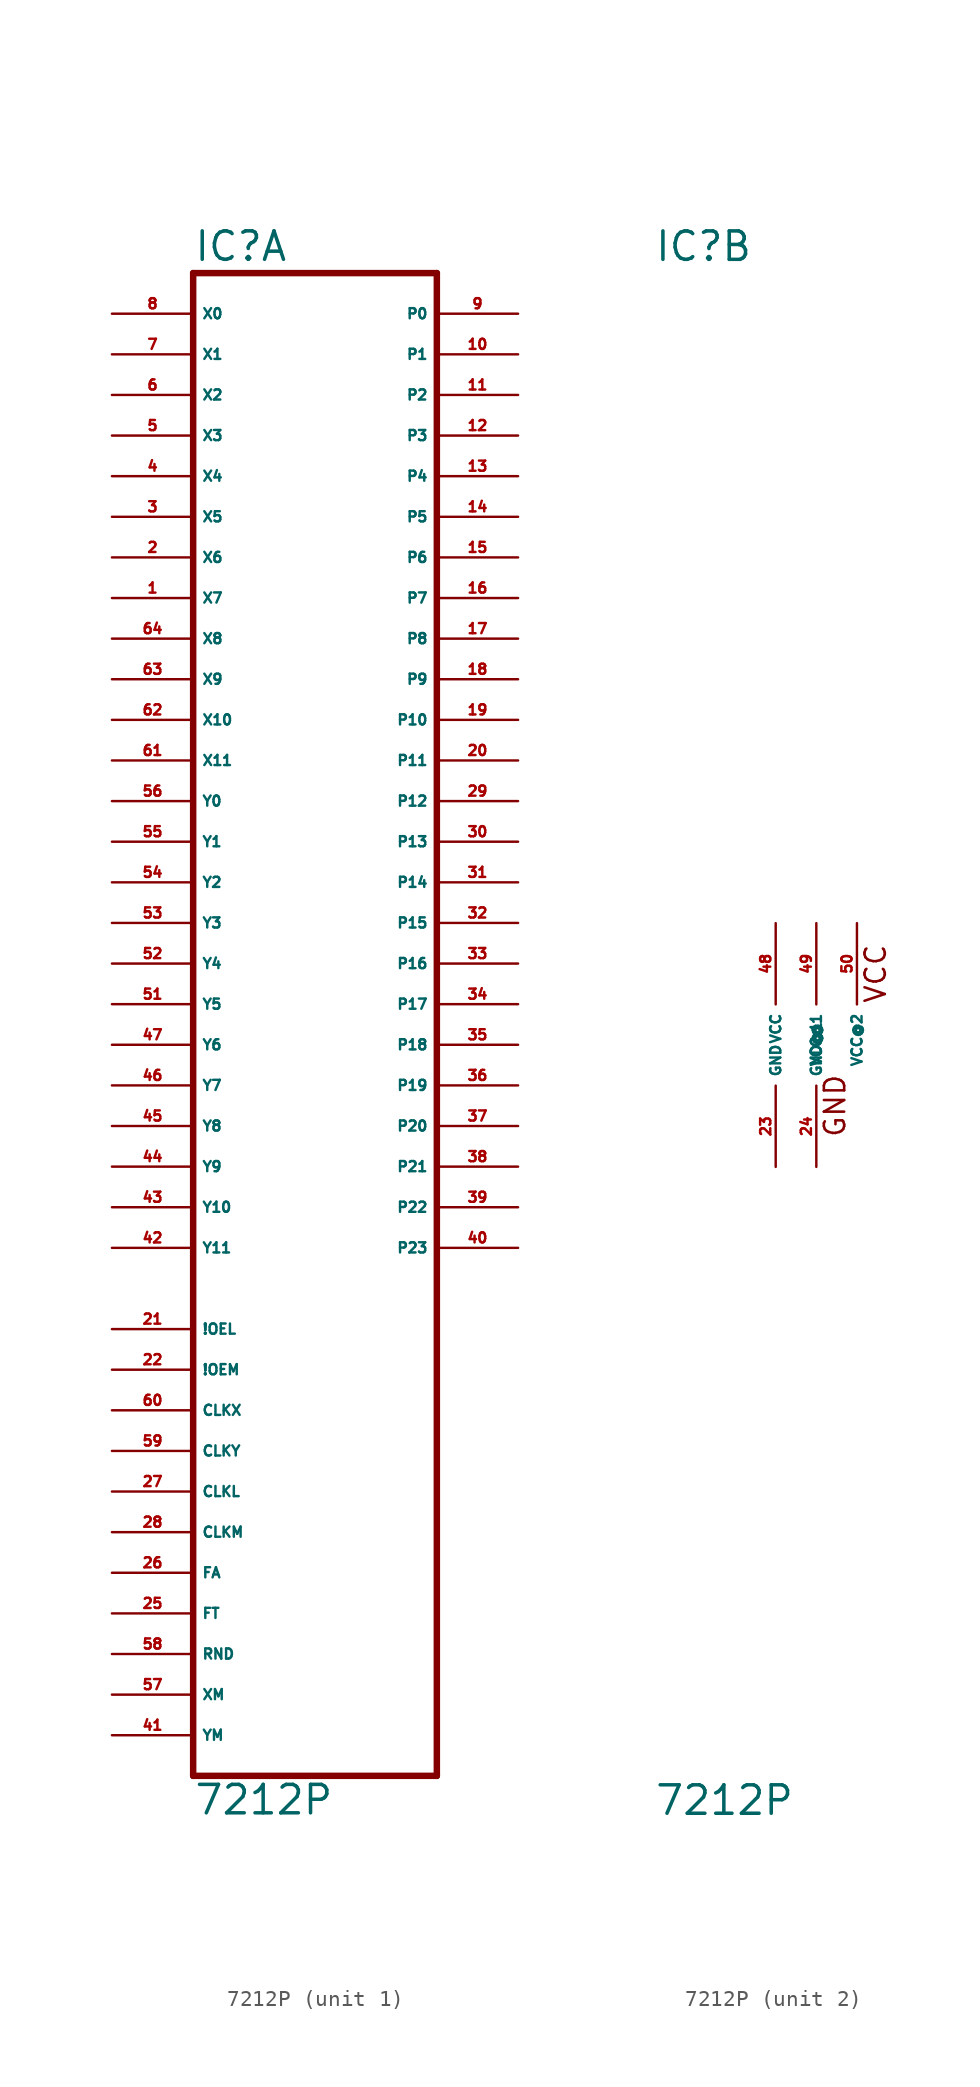
<source format=kicad_sym>
(kicad_symbol_lib
  (version 20220914)
  (generator Eagle2Kicad)
  (symbol "7212P"
    (property "Reference" "IC"
      (at -7.62 48.895 0)
      (effects (font (size 1.778 1.778) (thickness 0.22)) (justify left bottom)))
    (property "Value" "7212P"
      (at -7.62 -48.26 0)
      (effects (font (size 1.778 1.778) (thickness 0.22)) (justify left bottom)))
    (symbol "7212P_1_0"
      (polyline (pts (xy -7.62 -45.72) (xy 7.62 -45.72)) (stroke (width 0.406) (type default)) (fill (type none)))
      (polyline (pts (xy 7.62 -45.72) (xy 7.62 48.26)) (stroke (width 0.406) (type default)) (fill (type none)))
      (polyline (pts (xy 7.62 48.26) (xy -7.62 48.26)) (stroke (width 0.406) (type default)) (fill (type none)))
      (polyline (pts (xy -7.62 48.26) (xy -7.62 -45.72)) (stroke (width 0.406) (type default)) (fill (type none)))
      (pin input line (at -12.7 45.72 0) (length 5.08) (name "X0" (effects (font (size 0.635 0.635) (thickness 0.08)) (justify left bottom))) (number "8" (effects (font (size 0.635 0.635) (thickness 0.08)) (justify left bottom))))
      (pin input line (at -12.7 43.18 0) (length 5.08) (name "X1" (effects (font (size 0.635 0.635) (thickness 0.08)) (justify left bottom))) (number "7" (effects (font (size 0.635 0.635) (thickness 0.08)) (justify left bottom))))
      (pin input line (at -12.7 40.64 0) (length 5.08) (name "X2" (effects (font (size 0.635 0.635) (thickness 0.08)) (justify left bottom))) (number "6" (effects (font (size 0.635 0.635) (thickness 0.08)) (justify left bottom))))
      (pin input line (at -12.7 38.1 0) (length 5.08) (name "X3" (effects (font (size 0.635 0.635) (thickness 0.08)) (justify left bottom))) (number "5" (effects (font (size 0.635 0.635) (thickness 0.08)) (justify left bottom))))
      (pin input line (at -12.7 35.56 0) (length 5.08) (name "X4" (effects (font (size 0.635 0.635) (thickness 0.08)) (justify left bottom))) (number "4" (effects (font (size 0.635 0.635) (thickness 0.08)) (justify left bottom))))
      (pin input line (at -12.7 33.02 0) (length 5.08) (name "X5" (effects (font (size 0.635 0.635) (thickness 0.08)) (justify left bottom))) (number "3" (effects (font (size 0.635 0.635) (thickness 0.08)) (justify left bottom))))
      (pin input line (at -12.7 30.48 0) (length 5.08) (name "X6" (effects (font (size 0.635 0.635) (thickness 0.08)) (justify left bottom))) (number "2" (effects (font (size 0.635 0.635) (thickness 0.08)) (justify left bottom))))
      (pin input line (at -12.7 27.94 0) (length 5.08) (name "X7" (effects (font (size 0.635 0.635) (thickness 0.08)) (justify left bottom))) (number "1" (effects (font (size 0.635 0.635) (thickness 0.08)) (justify left bottom))))
      (pin input line (at -12.7 25.4 0) (length 5.08) (name "X8" (effects (font (size 0.635 0.635) (thickness 0.08)) (justify left bottom))) (number "64" (effects (font (size 0.635 0.635) (thickness 0.08)) (justify left bottom))))
      (pin input line (at -12.7 22.86 0) (length 5.08) (name "X9" (effects (font (size 0.635 0.635) (thickness 0.08)) (justify left bottom))) (number "63" (effects (font (size 0.635 0.635) (thickness 0.08)) (justify left bottom))))
      (pin input line (at -12.7 20.32 0) (length 5.08) (name "X10" (effects (font (size 0.635 0.635) (thickness 0.08)) (justify left bottom))) (number "62" (effects (font (size 0.635 0.635) (thickness 0.08)) (justify left bottom))))
      (pin input line (at -12.7 17.78 0) (length 5.08) (name "X11" (effects (font (size 0.635 0.635) (thickness 0.08)) (justify left bottom))) (number "61" (effects (font (size 0.635 0.635) (thickness 0.08)) (justify left bottom))))
      (pin input line (at -12.7 15.24 0) (length 5.08) (name "Y0" (effects (font (size 0.635 0.635) (thickness 0.08)) (justify left bottom))) (number "56" (effects (font (size 0.635 0.635) (thickness 0.08)) (justify left bottom))))
      (pin input line (at -12.7 12.7 0) (length 5.08) (name "Y1" (effects (font (size 0.635 0.635) (thickness 0.08)) (justify left bottom))) (number "55" (effects (font (size 0.635 0.635) (thickness 0.08)) (justify left bottom))))
      (pin input line (at -12.7 10.16 0) (length 5.08) (name "Y2" (effects (font (size 0.635 0.635) (thickness 0.08)) (justify left bottom))) (number "54" (effects (font (size 0.635 0.635) (thickness 0.08)) (justify left bottom))))
      (pin input line (at -12.7 7.62 0) (length 5.08) (name "Y3" (effects (font (size 0.635 0.635) (thickness 0.08)) (justify left bottom))) (number "53" (effects (font (size 0.635 0.635) (thickness 0.08)) (justify left bottom))))
      (pin input line (at -12.7 5.08 0) (length 5.08) (name "Y4" (effects (font (size 0.635 0.635) (thickness 0.08)) (justify left bottom))) (number "52" (effects (font (size 0.635 0.635) (thickness 0.08)) (justify left bottom))))
      (pin input line (at -12.7 2.54 0) (length 5.08) (name "Y5" (effects (font (size 0.635 0.635) (thickness 0.08)) (justify left bottom))) (number "51" (effects (font (size 0.635 0.635) (thickness 0.08)) (justify left bottom))))
      (pin input line (at -12.7 0 0) (length 5.08) (name "Y6" (effects (font (size 0.635 0.635) (thickness 0.08)) (justify left bottom))) (number "47" (effects (font (size 0.635 0.635) (thickness 0.08)) (justify left bottom))))
      (pin input line (at -12.7 -2.54 0) (length 5.08) (name "Y7" (effects (font (size 0.635 0.635) (thickness 0.08)) (justify left bottom))) (number "46" (effects (font (size 0.635 0.635) (thickness 0.08)) (justify left bottom))))
      (pin input line (at -12.7 -5.08 0) (length 5.08) (name "Y8" (effects (font (size 0.635 0.635) (thickness 0.08)) (justify left bottom))) (number "45" (effects (font (size 0.635 0.635) (thickness 0.08)) (justify left bottom))))
      (pin input line (at -12.7 -7.62 0) (length 5.08) (name "Y9" (effects (font (size 0.635 0.635) (thickness 0.08)) (justify left bottom))) (number "44" (effects (font (size 0.635 0.635) (thickness 0.08)) (justify left bottom))))
      (pin input line (at -12.7 -10.16 0) (length 5.08) (name "Y10" (effects (font (size 0.635 0.635) (thickness 0.08)) (justify left bottom))) (number "43" (effects (font (size 0.635 0.635) (thickness 0.08)) (justify left bottom))))
      (pin input line (at -12.7 -12.7 0) (length 5.08) (name "Y11" (effects (font (size 0.635 0.635) (thickness 0.08)) (justify left bottom))) (number "42" (effects (font (size 0.635 0.635) (thickness 0.08)) (justify left bottom))))
      (pin output line (at 12.7 45.72 180) (length 5.08) (name "P0" (effects (font (size 0.635 0.635) (thickness 0.08)) (justify left bottom))) (number "9" (effects (font (size 0.635 0.635) (thickness 0.08)) (justify left bottom))))
      (pin output line (at 12.7 43.18 180) (length 5.08) (name "P1" (effects (font (size 0.635 0.635) (thickness 0.08)) (justify left bottom))) (number "10" (effects (font (size 0.635 0.635) (thickness 0.08)) (justify left bottom))))
      (pin output line (at 12.7 40.64 180) (length 5.08) (name "P2" (effects (font (size 0.635 0.635) (thickness 0.08)) (justify left bottom))) (number "11" (effects (font (size 0.635 0.635) (thickness 0.08)) (justify left bottom))))
      (pin output line (at 12.7 38.1 180) (length 5.08) (name "P3" (effects (font (size 0.635 0.635) (thickness 0.08)) (justify left bottom))) (number "12" (effects (font (size 0.635 0.635) (thickness 0.08)) (justify left bottom))))
      (pin output line (at 12.7 35.56 180) (length 5.08) (name "P4" (effects (font (size 0.635 0.635) (thickness 0.08)) (justify left bottom))) (number "13" (effects (font (size 0.635 0.635) (thickness 0.08)) (justify left bottom))))
      (pin output line (at 12.7 33.02 180) (length 5.08) (name "P5" (effects (font (size 0.635 0.635) (thickness 0.08)) (justify left bottom))) (number "14" (effects (font (size 0.635 0.635) (thickness 0.08)) (justify left bottom))))
      (pin output line (at 12.7 30.48 180) (length 5.08) (name "P6" (effects (font (size 0.635 0.635) (thickness 0.08)) (justify left bottom))) (number "15" (effects (font (size 0.635 0.635) (thickness 0.08)) (justify left bottom))))
      (pin output line (at 12.7 27.94 180) (length 5.08) (name "P7" (effects (font (size 0.635 0.635) (thickness 0.08)) (justify left bottom))) (number "16" (effects (font (size 0.635 0.635) (thickness 0.08)) (justify left bottom))))
      (pin output line (at 12.7 25.4 180) (length 5.08) (name "P8" (effects (font (size 0.635 0.635) (thickness 0.08)) (justify left bottom))) (number "17" (effects (font (size 0.635 0.635) (thickness 0.08)) (justify left bottom))))
      (pin output line (at 12.7 22.86 180) (length 5.08) (name "P9" (effects (font (size 0.635 0.635) (thickness 0.08)) (justify left bottom))) (number "18" (effects (font (size 0.635 0.635) (thickness 0.08)) (justify left bottom))))
      (pin output line (at 12.7 20.32 180) (length 5.08) (name "P10" (effects (font (size 0.635 0.635) (thickness 0.08)) (justify left bottom))) (number "19" (effects (font (size 0.635 0.635) (thickness 0.08)) (justify left bottom))))
      (pin output line (at 12.7 17.78 180) (length 5.08) (name "P11" (effects (font (size 0.635 0.635) (thickness 0.08)) (justify left bottom))) (number "20" (effects (font (size 0.635 0.635) (thickness 0.08)) (justify left bottom))))
      (pin output line (at 12.7 15.24 180) (length 5.08) (name "P12" (effects (font (size 0.635 0.635) (thickness 0.08)) (justify left bottom))) (number "29" (effects (font (size 0.635 0.635) (thickness 0.08)) (justify left bottom))))
      (pin output line (at 12.7 12.7 180) (length 5.08) (name "P13" (effects (font (size 0.635 0.635) (thickness 0.08)) (justify left bottom))) (number "30" (effects (font (size 0.635 0.635) (thickness 0.08)) (justify left bottom))))
      (pin output line (at 12.7 10.16 180) (length 5.08) (name "P14" (effects (font (size 0.635 0.635) (thickness 0.08)) (justify left bottom))) (number "31" (effects (font (size 0.635 0.635) (thickness 0.08)) (justify left bottom))))
      (pin output line (at 12.7 7.62 180) (length 5.08) (name "P15" (effects (font (size 0.635 0.635) (thickness 0.08)) (justify left bottom))) (number "32" (effects (font (size 0.635 0.635) (thickness 0.08)) (justify left bottom))))
      (pin output line (at 12.7 5.08 180) (length 5.08) (name "P16" (effects (font (size 0.635 0.635) (thickness 0.08)) (justify left bottom))) (number "33" (effects (font (size 0.635 0.635) (thickness 0.08)) (justify left bottom))))
      (pin output line (at 12.7 2.54 180) (length 5.08) (name "P17" (effects (font (size 0.635 0.635) (thickness 0.08)) (justify left bottom))) (number "34" (effects (font (size 0.635 0.635) (thickness 0.08)) (justify left bottom))))
      (pin output line (at 12.7 0 180) (length 5.08) (name "P18" (effects (font (size 0.635 0.635) (thickness 0.08)) (justify left bottom))) (number "35" (effects (font (size 0.635 0.635) (thickness 0.08)) (justify left bottom))))
      (pin output line (at 12.7 -2.54 180) (length 5.08) (name "P19" (effects (font (size 0.635 0.635) (thickness 0.08)) (justify left bottom))) (number "36" (effects (font (size 0.635 0.635) (thickness 0.08)) (justify left bottom))))
      (pin output line (at 12.7 -5.08 180) (length 5.08) (name "P20" (effects (font (size 0.635 0.635) (thickness 0.08)) (justify left bottom))) (number "37" (effects (font (size 0.635 0.635) (thickness 0.08)) (justify left bottom))))
      (pin output line (at 12.7 -7.62 180) (length 5.08) (name "P21" (effects (font (size 0.635 0.635) (thickness 0.08)) (justify left bottom))) (number "38" (effects (font (size 0.635 0.635) (thickness 0.08)) (justify left bottom))))
      (pin output line (at 12.7 -10.16 180) (length 5.08) (name "P22" (effects (font (size 0.635 0.635) (thickness 0.08)) (justify left bottom))) (number "39" (effects (font (size 0.635 0.635) (thickness 0.08)) (justify left bottom))))
      (pin output line (at 12.7 -12.7 180) (length 5.08) (name "P23" (effects (font (size 0.635 0.635) (thickness 0.08)) (justify left bottom))) (number "40" (effects (font (size 0.635 0.635) (thickness 0.08)) (justify left bottom))))
      (pin input line (at -12.7 -30.48 0) (length 5.08) (name "CLKM" (effects (font (size 0.635 0.635) (thickness 0.08)) (justify left bottom))) (number "28" (effects (font (size 0.635 0.635) (thickness 0.08)) (justify left bottom))))
      (pin input line (at -12.7 -22.86 0) (length 5.08) (name "CLKX" (effects (font (size 0.635 0.635) (thickness 0.08)) (justify left bottom))) (number "60" (effects (font (size 0.635 0.635) (thickness 0.08)) (justify left bottom))))
      (pin input line (at -12.7 -25.4 0) (length 5.08) (name "CLKY" (effects (font (size 0.635 0.635) (thickness 0.08)) (justify left bottom))) (number "59" (effects (font (size 0.635 0.635) (thickness 0.08)) (justify left bottom))))
      (pin input line (at -12.7 -33.02 0) (length 5.08) (name "FA" (effects (font (size 0.635 0.635) (thickness 0.08)) (justify left bottom))) (number "26" (effects (font (size 0.635 0.635) (thickness 0.08)) (justify left bottom))))
      (pin input line (at -12.7 -35.56 0) (length 5.08) (name "FT" (effects (font (size 0.635 0.635) (thickness 0.08)) (justify left bottom))) (number "25" (effects (font (size 0.635 0.635) (thickness 0.08)) (justify left bottom))))
      (pin input line (at -12.7 -38.1 0) (length 5.08) (name "RND" (effects (font (size 0.635 0.635) (thickness 0.08)) (justify left bottom))) (number "58" (effects (font (size 0.635 0.635) (thickness 0.08)) (justify left bottom))))
      (pin input line (at -12.7 -40.64 0) (length 5.08) (name "XM" (effects (font (size 0.635 0.635) (thickness 0.08)) (justify left bottom))) (number "57" (effects (font (size 0.635 0.635) (thickness 0.08)) (justify left bottom))))
      (pin input line (at -12.7 -43.18 0) (length 5.08) (name "YM" (effects (font (size 0.635 0.635) (thickness 0.08)) (justify left bottom))) (number "41" (effects (font (size 0.635 0.635) (thickness 0.08)) (justify left bottom))))
      (pin input line (at -12.7 -27.94 0) (length 5.08) (name "CLKL" (effects (font (size 0.635 0.635) (thickness 0.08)) (justify left bottom))) (number "27" (effects (font (size 0.635 0.635) (thickness 0.08)) (justify left bottom))))
      (pin input line (at -12.7 -17.78 0) (length 5.08) (name "!OEL" (effects (font (size 0.635 0.635) (thickness 0.08)) (justify left bottom))) (number "21" (effects (font (size 0.635 0.635) (thickness 0.08)) (justify left bottom))))
      (pin input line (at -12.7 -20.32 0) (length 5.08) (name "!OEM" (effects (font (size 0.635 0.635) (thickness 0.08)) (justify left bottom))) (number "22" (effects (font (size 0.635 0.635) (thickness 0.08)) (justify left bottom)))))
    (symbol "7212P_2_0"
      (text "GND" (at 4.445 -5.842 900) (effects (font (size 1.27 1.27) (thickness 0.16)) (justify left bottom)))
      (text "VCC" (at 6.985 2.54 900) (effects (font (size 1.27 1.27) (thickness 0.16)) (justify left bottom)))
      (pin unspecified line (at 0 7.62 270) (length 5.08) (name "VCC" (effects (font (size 0.635 0.635) (thickness 0.08)) (justify left bottom))) (number "48" (effects (font (size 0.635 0.635) (thickness 0.08)) (justify left bottom))))
      (pin unspecified line (at 0 -7.62 90) (length 5.08) (name "GND" (effects (font (size 0.635 0.635) (thickness 0.08)) (justify left bottom))) (number "23" (effects (font (size 0.635 0.635) (thickness 0.08)) (justify left bottom))))
      (pin unspecified line (at 2.54 7.62 270) (length 5.08) (name "VCC@1" (effects (font (size 0.635 0.635) (thickness 0.08)) (justify left bottom))) (number "49" (effects (font (size 0.635 0.635) (thickness 0.08)) (justify left bottom))))
      (pin unspecified line (at 2.54 -7.62 90) (length 5.08) (name "GND@1" (effects (font (size 0.635 0.635) (thickness 0.08)) (justify left bottom))) (number "24" (effects (font (size 0.635 0.635) (thickness 0.08)) (justify left bottom))))
      (pin unspecified line (at 5.08 7.62 270) (length 5.08) (name "VCC@2" (effects (font (size 0.635 0.635) (thickness 0.08)) (justify left bottom))) (number "50" (effects (font (size 0.635 0.635) (thickness 0.08)) (justify left bottom)))))))
</source>
